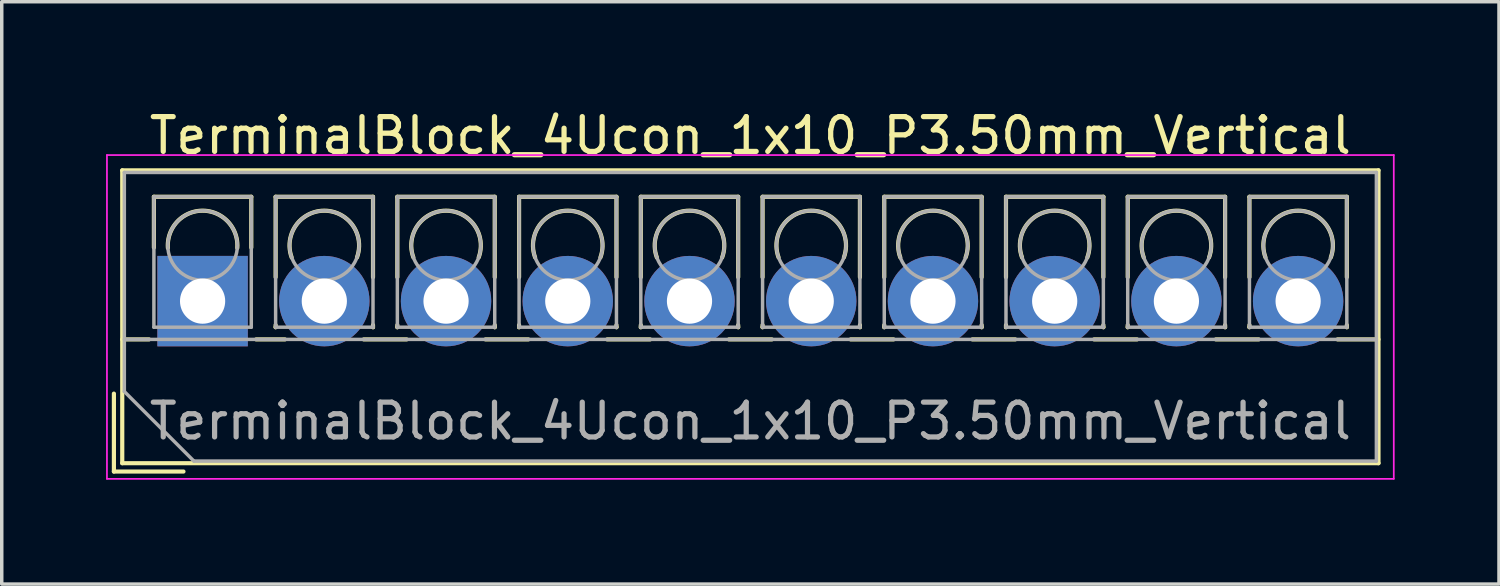
<source format=kicad_pcb>
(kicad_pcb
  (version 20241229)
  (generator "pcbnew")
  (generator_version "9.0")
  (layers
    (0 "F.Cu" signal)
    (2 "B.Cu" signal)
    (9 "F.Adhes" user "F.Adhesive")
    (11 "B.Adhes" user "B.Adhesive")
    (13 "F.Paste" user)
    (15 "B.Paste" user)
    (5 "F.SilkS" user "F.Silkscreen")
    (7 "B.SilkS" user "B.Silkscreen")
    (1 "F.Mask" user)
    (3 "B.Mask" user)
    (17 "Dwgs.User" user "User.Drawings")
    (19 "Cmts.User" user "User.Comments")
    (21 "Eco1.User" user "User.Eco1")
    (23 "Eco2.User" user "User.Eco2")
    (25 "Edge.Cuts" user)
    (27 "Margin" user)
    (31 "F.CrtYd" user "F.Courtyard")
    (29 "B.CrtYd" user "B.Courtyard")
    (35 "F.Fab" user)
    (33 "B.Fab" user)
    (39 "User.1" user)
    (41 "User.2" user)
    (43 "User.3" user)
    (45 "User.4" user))
  (footprint "TerminalBlock_4Ucon_1x10_P3.50mm_Vertical"
    (layer "F.Cu")
    (at 2.775 5.608)
    (property "Reference" "TerminalBlock_4Ucon_1x10_P3.50mm_Vertical" (at 15.75 -4.76 0) (layer "F.SilkS") (effects (font (size 1 1) (thickness 0.15))))
    (attr through_hole)
    (fp_line (start -2.55 2.66) (end -2.55 4.9) (stroke (width 0.12) (type solid)) (layer "F.SilkS"))
    (fp_line (start -2.55 4.9) (end -0.55 4.9) (stroke (width 0.12) (type solid)) (layer "F.SilkS"))
    (fp_line (start -2.31 -3.76) (end -2.31 4.66) (stroke (width 0.12) (type solid)) (layer "F.SilkS"))
    (fp_line (start -2.31 -3.76) (end 33.81 -3.76) (stroke (width 0.12) (type solid)) (layer "F.SilkS"))
    (fp_line (start -2.31 1.101) (end -1.54 1.101) (stroke (width 0.12) (type solid)) (layer "F.SilkS"))
    (fp_line (start -2.31 4.66) (end 33.81 4.66) (stroke (width 0.12) (type solid)) (layer "F.SilkS"))
    (fp_line (start -1.4 -3) (end -1.4 -1.54) (stroke (width 0.12) (type solid)) (layer "F.SilkS"))
    (fp_line (start -1.4 -3) (end 1.4 -3) (stroke (width 0.12) (type solid)) (layer "F.SilkS"))
    (fp_line (start 1.4 -3) (end 1.4 -1.54) (stroke (width 0.12) (type solid)) (layer "F.SilkS"))
    (fp_line (start 1.54 1.101) (end 2.367 1.101) (stroke (width 0.12) (type solid)) (layer "F.SilkS"))
    (fp_line (start 2.1 -3) (end 2.1 -0.689) (stroke (width 0.12) (type solid)) (layer "F.SilkS"))
    (fp_line (start 2.1 -3) (end 4.9 -3) (stroke (width 0.12) (type solid)) (layer "F.SilkS"))
    (fp_line (start 2.1 0.689) (end 2.1 0.75) (stroke (width 0.12) (type solid)) (layer "F.SilkS"))
    (fp_line (start 2.1 0.75) (end 2.101 0.75) (stroke (width 0.12) (type solid)) (layer "F.SilkS"))
    (fp_line (start 4.634 1.101) (end 5.867 1.101) (stroke (width 0.12) (type solid)) (layer "F.SilkS"))
    (fp_line (start 4.9 -3) (end 4.9 -0.689) (stroke (width 0.12) (type solid)) (layer "F.SilkS"))
    (fp_line (start 4.9 0.689) (end 4.9 0.75) (stroke (width 0.12) (type solid)) (layer "F.SilkS"))
    (fp_line (start 4.9 0.75) (end 4.9 0.75) (stroke (width 0.12) (type solid)) (layer "F.SilkS"))
    (fp_line (start 5.6 -3) (end 5.6 -0.689) (stroke (width 0.12) (type solid)) (layer "F.SilkS"))
    (fp_line (start 5.6 -3) (end 8.4 -3) (stroke (width 0.12) (type solid)) (layer "F.SilkS"))
    (fp_line (start 5.6 0.689) (end 5.6 0.75) (stroke (width 0.12) (type solid)) (layer "F.SilkS"))
    (fp_line (start 5.6 0.75) (end 5.601 0.75) (stroke (width 0.12) (type solid)) (layer "F.SilkS"))
    (fp_line (start 8.134 1.101) (end 9.367 1.101) (stroke (width 0.12) (type solid)) (layer "F.SilkS"))
    (fp_line (start 8.4 -3) (end 8.4 -0.689) (stroke (width 0.12) (type solid)) (layer "F.SilkS"))
    (fp_line (start 8.4 0.689) (end 8.4 0.75) (stroke (width 0.12) (type solid)) (layer "F.SilkS"))
    (fp_line (start 8.4 0.75) (end 8.4 0.75) (stroke (width 0.12) (type solid)) (layer "F.SilkS"))
    (fp_line (start 9.1 -3) (end 9.1 -0.689) (stroke (width 0.12) (type solid)) (layer "F.SilkS"))
    (fp_line (start 9.1 -3) (end 11.9 -3) (stroke (width 0.12) (type solid)) (layer "F.SilkS"))
    (fp_line (start 9.1 0.689) (end 9.1 0.75) (stroke (width 0.12) (type solid)) (layer "F.SilkS"))
    (fp_line (start 9.1 0.75) (end 9.101 0.75) (stroke (width 0.12) (type solid)) (layer "F.SilkS"))
    (fp_line (start 11.634 1.101) (end 12.867 1.101) (stroke (width 0.12) (type solid)) (layer "F.SilkS"))
    (fp_line (start 11.9 -3) (end 11.9 -0.689) (stroke (width 0.12) (type solid)) (layer "F.SilkS"))
    (fp_line (start 11.9 0.689) (end 11.9 0.75) (stroke (width 0.12) (type solid)) (layer "F.SilkS"))
    (fp_line (start 11.9 0.75) (end 11.9 0.75) (stroke (width 0.12) (type solid)) (layer "F.SilkS"))
    (fp_line (start 12.6 -3) (end 12.6 -0.689) (stroke (width 0.12) (type solid)) (layer "F.SilkS"))
    (fp_line (start 12.6 -3) (end 15.4 -3) (stroke (width 0.12) (type solid)) (layer "F.SilkS"))
    (fp_line (start 12.6 0.689) (end 12.6 0.75) (stroke (width 0.12) (type solid)) (layer "F.SilkS"))
    (fp_line (start 12.6 0.75) (end 12.601 0.75) (stroke (width 0.12) (type solid)) (layer "F.SilkS"))
    (fp_line (start 15.134 1.101) (end 16.367 1.101) (stroke (width 0.12) (type solid)) (layer "F.SilkS"))
    (fp_line (start 15.4 -3) (end 15.4 -0.689) (stroke (width 0.12) (type solid)) (layer "F.SilkS"))
    (fp_line (start 15.4 0.689) (end 15.4 0.75) (stroke (width 0.12) (type solid)) (layer "F.SilkS"))
    (fp_line (start 15.4 0.75) (end 15.4 0.75) (stroke (width 0.12) (type solid)) (layer "F.SilkS"))
    (fp_line (start 16.101 -3) (end 16.101 -0.689) (stroke (width 0.12) (type solid)) (layer "F.SilkS"))
    (fp_line (start 16.101 -3) (end 18.9 -3) (stroke (width 0.12) (type solid)) (layer "F.SilkS"))
    (fp_line (start 16.101 0.689) (end 16.101 0.75) (stroke (width 0.12) (type solid)) (layer "F.SilkS"))
    (fp_line (start 16.101 0.75) (end 16.101 0.75) (stroke (width 0.12) (type solid)) (layer "F.SilkS"))
    (fp_line (start 18.634 1.101) (end 19.867 1.101) (stroke (width 0.12) (type solid)) (layer "F.SilkS"))
    (fp_line (start 18.9 -3) (end 18.9 -0.689) (stroke (width 0.12) (type solid)) (layer "F.SilkS"))
    (fp_line (start 18.9 0.689) (end 18.9 0.75) (stroke (width 0.12) (type solid)) (layer "F.SilkS"))
    (fp_line (start 18.9 0.75) (end 18.9 0.75) (stroke (width 0.12) (type solid)) (layer "F.SilkS"))
    (fp_line (start 19.6 -3) (end 19.6 -0.689) (stroke (width 0.12) (type solid)) (layer "F.SilkS"))
    (fp_line (start 19.6 -3) (end 22.4 -3) (stroke (width 0.12) (type solid)) (layer "F.SilkS"))
    (fp_line (start 19.6 0.689) (end 19.6 0.75) (stroke (width 0.12) (type solid)) (layer "F.SilkS"))
    (fp_line (start 19.6 0.75) (end 19.601 0.75) (stroke (width 0.12) (type solid)) (layer "F.SilkS"))
    (fp_line (start 22.134 1.101) (end 23.367 1.101) (stroke (width 0.12) (type solid)) (layer "F.SilkS"))
    (fp_line (start 22.4 -3) (end 22.4 -0.689) (stroke (width 0.12) (type solid)) (layer "F.SilkS"))
    (fp_line (start 22.4 0.689) (end 22.4 0.75) (stroke (width 0.12) (type solid)) (layer "F.SilkS"))
    (fp_line (start 22.4 0.75) (end 22.4 0.75) (stroke (width 0.12) (type solid)) (layer "F.SilkS"))
    (fp_line (start 23.1 -3) (end 23.1 -0.689) (stroke (width 0.12) (type solid)) (layer "F.SilkS"))
    (fp_line (start 23.1 -3) (end 25.9 -3) (stroke (width 0.12) (type solid)) (layer "F.SilkS"))
    (fp_line (start 23.1 0.689) (end 23.1 0.75) (stroke (width 0.12) (type solid)) (layer "F.SilkS"))
    (fp_line (start 23.1 0.75) (end 23.101 0.75) (stroke (width 0.12) (type solid)) (layer "F.SilkS"))
    (fp_line (start 25.634 1.101) (end 26.867 1.101) (stroke (width 0.12) (type solid)) (layer "F.SilkS"))
    (fp_line (start 25.9 -3) (end 25.9 -0.689) (stroke (width 0.12) (type solid)) (layer "F.SilkS"))
    (fp_line (start 25.9 0.689) (end 25.9 0.75) (stroke (width 0.12) (type solid)) (layer "F.SilkS"))
    (fp_line (start 25.9 0.75) (end 25.9 0.75) (stroke (width 0.12) (type solid)) (layer "F.SilkS"))
    (fp_line (start 26.6 -3) (end 26.6 -0.689) (stroke (width 0.12) (type solid)) (layer "F.SilkS"))
    (fp_line (start 26.6 -3) (end 29.4 -3) (stroke (width 0.12) (type solid)) (layer "F.SilkS"))
    (fp_line (start 26.6 0.689) (end 26.6 0.75) (stroke (width 0.12) (type solid)) (layer "F.SilkS"))
    (fp_line (start 26.6 0.75) (end 26.601 0.75) (stroke (width 0.12) (type solid)) (layer "F.SilkS"))
    (fp_line (start 29.134 1.101) (end 30.367 1.101) (stroke (width 0.12) (type solid)) (layer "F.SilkS"))
    (fp_line (start 29.4 -3) (end 29.4 -0.689) (stroke (width 0.12) (type solid)) (layer "F.SilkS"))
    (fp_line (start 29.4 0.689) (end 29.4 0.75) (stroke (width 0.12) (type solid)) (layer "F.SilkS"))
    (fp_line (start 29.4 0.75) (end 29.4 0.75) (stroke (width 0.12) (type solid)) (layer "F.SilkS"))
    (fp_line (start 30.1 -3) (end 30.1 -0.689) (stroke (width 0.12) (type solid)) (layer "F.SilkS"))
    (fp_line (start 30.1 -3) (end 32.9 -3) (stroke (width 0.12) (type solid)) (layer "F.SilkS"))
    (fp_line (start 30.1 0.689) (end 30.1 0.75) (stroke (width 0.12) (type solid)) (layer "F.SilkS"))
    (fp_line (start 30.1 0.75) (end 30.101 0.75) (stroke (width 0.12) (type solid)) (layer "F.SilkS"))
    (fp_line (start 32.634 1.101) (end 33.81 1.101) (stroke (width 0.12) (type solid)) (layer "F.SilkS"))
    (fp_line (start 32.9 -3) (end 32.9 -0.689) (stroke (width 0.12) (type solid)) (layer "F.SilkS"))
    (fp_line (start 32.9 0.689) (end 32.9 0.75) (stroke (width 0.12) (type solid)) (layer "F.SilkS"))
    (fp_line (start 32.9 0.75) (end 32.9 0.75) (stroke (width 0.12) (type solid)) (layer "F.SilkS"))
    (fp_line (start 33.81 -3.76) (end 33.81 4.66) (stroke (width 0.12) (type solid)) (layer "F.SilkS"))
    (fp_arc (start -0.99789 -1.529434) (mid -0.000785 -2.600382) (end 0.998 -1.531) (stroke (width 0.12) (type solid)) (layer "F.SilkS"))
    (fp_arc (start 2.560085 -1.257767) (mid 3.499876 -2.600282) (end 4.44 -1.258) (stroke (width 0.12) (type solid)) (layer "F.SilkS"))
    (fp_arc (start 6.060085 -1.257767) (mid 6.999876 -2.600282) (end 7.94 -1.258) (stroke (width 0.12) (type solid)) (layer "F.SilkS"))
    (fp_arc (start 9.560085 -1.257767) (mid 10.499876 -2.600282) (end 11.44 -1.258) (stroke (width 0.12) (type solid)) (layer "F.SilkS"))
    (fp_arc (start 13.060085 -1.257767) (mid 13.999876 -2.600282) (end 14.94 -1.258) (stroke (width 0.12) (type solid)) (layer "F.SilkS"))
    (fp_arc (start 16.560085 -1.257767) (mid 17.499876 -2.600282) (end 18.44 -1.258) (stroke (width 0.12) (type solid)) (layer "F.SilkS"))
    (fp_arc (start 20.060085 -1.257767) (mid 20.999876 -2.600282) (end 21.94 -1.258) (stroke (width 0.12) (type solid)) (layer "F.SilkS"))
    (fp_arc (start 23.560085 -1.257767) (mid 24.499876 -2.600282) (end 25.44 -1.258) (stroke (width 0.12) (type solid)) (layer "F.SilkS"))
    (fp_arc (start 27.060085 -1.257767) (mid 27.999876 -2.600282) (end 28.94 -1.258) (stroke (width 0.12) (type solid)) (layer "F.SilkS"))
    (fp_arc (start 30.560085 -1.257767) (mid 31.499876 -2.600282) (end 32.44 -1.258) (stroke (width 0.12) (type solid)) (layer "F.SilkS"))
    (fp_line (start -2.75 -4.2) (end -2.75 5.11) (stroke (width 0.05) (type solid)) (layer "F.CrtYd"))
    (fp_line (start -2.75 5.11) (end 34.25 5.11) (stroke (width 0.05) (type solid)) (layer "F.CrtYd"))
    (fp_line (start 34.25 -4.2) (end -2.75 -4.2) (stroke (width 0.05) (type solid)) (layer "F.CrtYd"))
    (fp_line (start 34.25 5.11) (end 34.25 -4.2) (stroke (width 0.05) (type solid)) (layer "F.CrtYd"))
    (fp_line (start -2.25 -3.7) (end 33.75 -3.7) (stroke (width 0.1) (type solid)) (layer "F.Fab"))
    (fp_line (start -2.25 1.1) (end 33.75 1.1) (stroke (width 0.1) (type solid)) (layer "F.Fab"))
    (fp_line (start -2.25 2.6) (end -2.25 -3.7) (stroke (width 0.1) (type solid)) (layer "F.Fab"))
    (fp_line (start -1.4 -3) (end -1.4 0.75) (stroke (width 0.1) (type solid)) (layer "F.Fab"))
    (fp_line (start -1.4 0.75) (end 1.4 0.75) (stroke (width 0.1) (type solid)) (layer "F.Fab"))
    (fp_line (start -0.25 4.6) (end -2.25 2.6) (stroke (width 0.1) (type solid)) (layer "F.Fab"))
    (fp_line (start 1.4 -3) (end -1.4 -3) (stroke (width 0.1) (type solid)) (layer "F.Fab"))
    (fp_line (start 1.4 0.75) (end 1.4 -3) (stroke (width 0.1) (type solid)) (layer "F.Fab"))
    (fp_line (start 2.1 -3) (end 2.1 0.75) (stroke (width 0.1) (type solid)) (layer "F.Fab"))
    (fp_line (start 2.1 0.75) (end 4.9 0.75) (stroke (width 0.1) (type solid)) (layer "F.Fab"))
    (fp_line (start 4.9 -3) (end 2.1 -3) (stroke (width 0.1) (type solid)) (layer "F.Fab"))
    (fp_line (start 4.9 0.75) (end 4.9 -3) (stroke (width 0.1) (type solid)) (layer "F.Fab"))
    (fp_line (start 5.6 -3) (end 5.6 0.75) (stroke (width 0.1) (type solid)) (layer "F.Fab"))
    (fp_line (start 5.6 0.75) (end 8.4 0.75) (stroke (width 0.1) (type solid)) (layer "F.Fab"))
    (fp_line (start 8.4 -3) (end 5.6 -3) (stroke (width 0.1) (type solid)) (layer "F.Fab"))
    (fp_line (start 8.4 0.75) (end 8.4 -3) (stroke (width 0.1) (type solid)) (layer "F.Fab"))
    (fp_line (start 9.1 -3) (end 9.1 0.75) (stroke (width 0.1) (type solid)) (layer "F.Fab"))
    (fp_line (start 9.1 0.75) (end 11.9 0.75) (stroke (width 0.1) (type solid)) (layer "F.Fab"))
    (fp_line (start 11.9 -3) (end 9.1 -3) (stroke (width 0.1) (type solid)) (layer "F.Fab"))
    (fp_line (start 11.9 0.75) (end 11.9 -3) (stroke (width 0.1) (type solid)) (layer "F.Fab"))
    (fp_line (start 12.6 -3) (end 12.6 0.75) (stroke (width 0.1) (type solid)) (layer "F.Fab"))
    (fp_line (start 12.6 0.75) (end 15.4 0.75) (stroke (width 0.1) (type solid)) (layer "F.Fab"))
    (fp_line (start 15.4 -3) (end 12.6 -3) (stroke (width 0.1) (type solid)) (layer "F.Fab"))
    (fp_line (start 15.4 0.75) (end 15.4 -3) (stroke (width 0.1) (type solid)) (layer "F.Fab"))
    (fp_line (start 16.101 -3) (end 16.101 0.75) (stroke (width 0.1) (type solid)) (layer "F.Fab"))
    (fp_line (start 16.101 0.75) (end 18.9 0.75) (stroke (width 0.1) (type solid)) (layer "F.Fab"))
    (fp_line (start 18.9 -3) (end 16.101 -3) (stroke (width 0.1) (type solid)) (layer "F.Fab"))
    (fp_line (start 18.9 0.75) (end 18.9 -3) (stroke (width 0.1) (type solid)) (layer "F.Fab"))
    (fp_line (start 19.6 -3) (end 19.6 0.75) (stroke (width 0.1) (type solid)) (layer "F.Fab"))
    (fp_line (start 19.6 0.75) (end 22.4 0.75) (stroke (width 0.1) (type solid)) (layer "F.Fab"))
    (fp_line (start 22.4 -3) (end 19.6 -3) (stroke (width 0.1) (type solid)) (layer "F.Fab"))
    (fp_line (start 22.4 0.75) (end 22.4 -3) (stroke (width 0.1) (type solid)) (layer "F.Fab"))
    (fp_line (start 23.1 -3) (end 23.1 0.75) (stroke (width 0.1) (type solid)) (layer "F.Fab"))
    (fp_line (start 23.1 0.75) (end 25.9 0.75) (stroke (width 0.1) (type solid)) (layer "F.Fab"))
    (fp_line (start 25.9 -3) (end 23.1 -3) (stroke (width 0.1) (type solid)) (layer "F.Fab"))
    (fp_line (start 25.9 0.75) (end 25.9 -3) (stroke (width 0.1) (type solid)) (layer "F.Fab"))
    (fp_line (start 26.6 -3) (end 26.6 0.75) (stroke (width 0.1) (type solid)) (layer "F.Fab"))
    (fp_line (start 26.6 0.75) (end 29.4 0.75) (stroke (width 0.1) (type solid)) (layer "F.Fab"))
    (fp_line (start 29.4 -3) (end 26.6 -3) (stroke (width 0.1) (type solid)) (layer "F.Fab"))
    (fp_line (start 29.4 0.75) (end 29.4 -3) (stroke (width 0.1) (type solid)) (layer "F.Fab"))
    (fp_line (start 30.1 -3) (end 30.1 0.75) (stroke (width 0.1) (type solid)) (layer "F.Fab"))
    (fp_line (start 30.1 0.75) (end 32.9 0.75) (stroke (width 0.1) (type solid)) (layer "F.Fab"))
    (fp_line (start 32.9 -3) (end 30.1 -3) (stroke (width 0.1) (type solid)) (layer "F.Fab"))
    (fp_line (start 32.9 0.75) (end 32.9 -3) (stroke (width 0.1) (type solid)) (layer "F.Fab"))
    (fp_line (start 33.75 -3.7) (end 33.75 4.6) (stroke (width 0.1) (type solid)) (layer "F.Fab"))
    (fp_line (start 33.75 4.6) (end -0.25 4.6) (stroke (width 0.1) (type solid)) (layer "F.Fab"))
    (fp_circle (center 0 -1.6) (end 1 -1.6) (stroke (width 0.1) (type solid)) (fill no) (layer "F.Fab"))
    (fp_circle (center 3.5 -1.6) (end 4.5 -1.6) (stroke (width 0.1) (type solid)) (fill no) (layer "F.Fab"))
    (fp_circle (center 7 -1.6) (end 8 -1.6) (stroke (width 0.1) (type solid)) (fill no) (layer "F.Fab"))
    (fp_circle (center 10.5 -1.6) (end 11.5 -1.6) (stroke (width 0.1) (type solid)) (fill no) (layer "F.Fab"))
    (fp_circle (center 14 -1.6) (end 15 -1.6) (stroke (width 0.1) (type solid)) (fill no) (layer "F.Fab"))
    (fp_circle (center 17.5 -1.6) (end 18.5 -1.6) (stroke (width 0.1) (type solid)) (fill no) (layer "F.Fab"))
    (fp_circle (center 21 -1.6) (end 22 -1.6) (stroke (width 0.1) (type solid)) (fill no) (layer "F.Fab"))
    (fp_circle (center 24.5 -1.6) (end 25.5 -1.6) (stroke (width 0.1) (type solid)) (fill no) (layer "F.Fab"))
    (fp_circle (center 28 -1.6) (end 29 -1.6) (stroke (width 0.1) (type solid)) (fill no) (layer "F.Fab"))
    (fp_circle (center 31.5 -1.6) (end 32.5 -1.6) (stroke (width 0.1) (type solid)) (fill no) (layer "F.Fab"))
    (fp_text user "${REFERENCE}" (at 15.75 3.45 0) (layer "F.Fab") (effects (font (size 1 1) (thickness 0.15))))
    (pad "1" thru_hole rect (at 0 0) (size 2.6 2.6) (drill 1.3) (layers "*.Cu" "*.Mask"))
    (pad "2" thru_hole circle (at 3.5 0) (size 2.6 2.6) (drill 1.3) (layers "*.Cu" "*.Mask"))
    (pad "3" thru_hole circle (at 7 0) (size 2.6 2.6) (drill 1.3) (layers "*.Cu" "*.Mask"))
    (pad "4" thru_hole circle (at 10.5 0) (size 2.6 2.6) (drill 1.3) (layers "*.Cu" "*.Mask"))
    (pad "5" thru_hole circle (at 14 0) (size 2.6 2.6) (drill 1.3) (layers "*.Cu" "*.Mask"))
    (pad "6" thru_hole circle (at 17.5 0) (size 2.6 2.6) (drill 1.3) (layers "*.Cu" "*.Mask"))
    (pad "7" thru_hole circle (at 21 0) (size 2.6 2.6) (drill 1.3) (layers "*.Cu" "*.Mask"))
    (pad "8" thru_hole circle (at 24.5 0) (size 2.6 2.6) (drill 1.3) (layers "*.Cu" "*.Mask"))
    (pad "9" thru_hole circle (at 28 0) (size 2.6 2.6) (drill 1.3) (layers "*.Cu" "*.Mask"))
    (pad "10" thru_hole circle (at 31.5 0) (size 2.6 2.6) (drill 1.3) (layers "*.Cu" "*.Mask")))
  (gr_rect
    (start -3 -3)
    (end 40.05 13.743)
    (stroke (width 0.1) (type default))
    (fill no)
    (layer "Edge.Cuts")))
</source>
